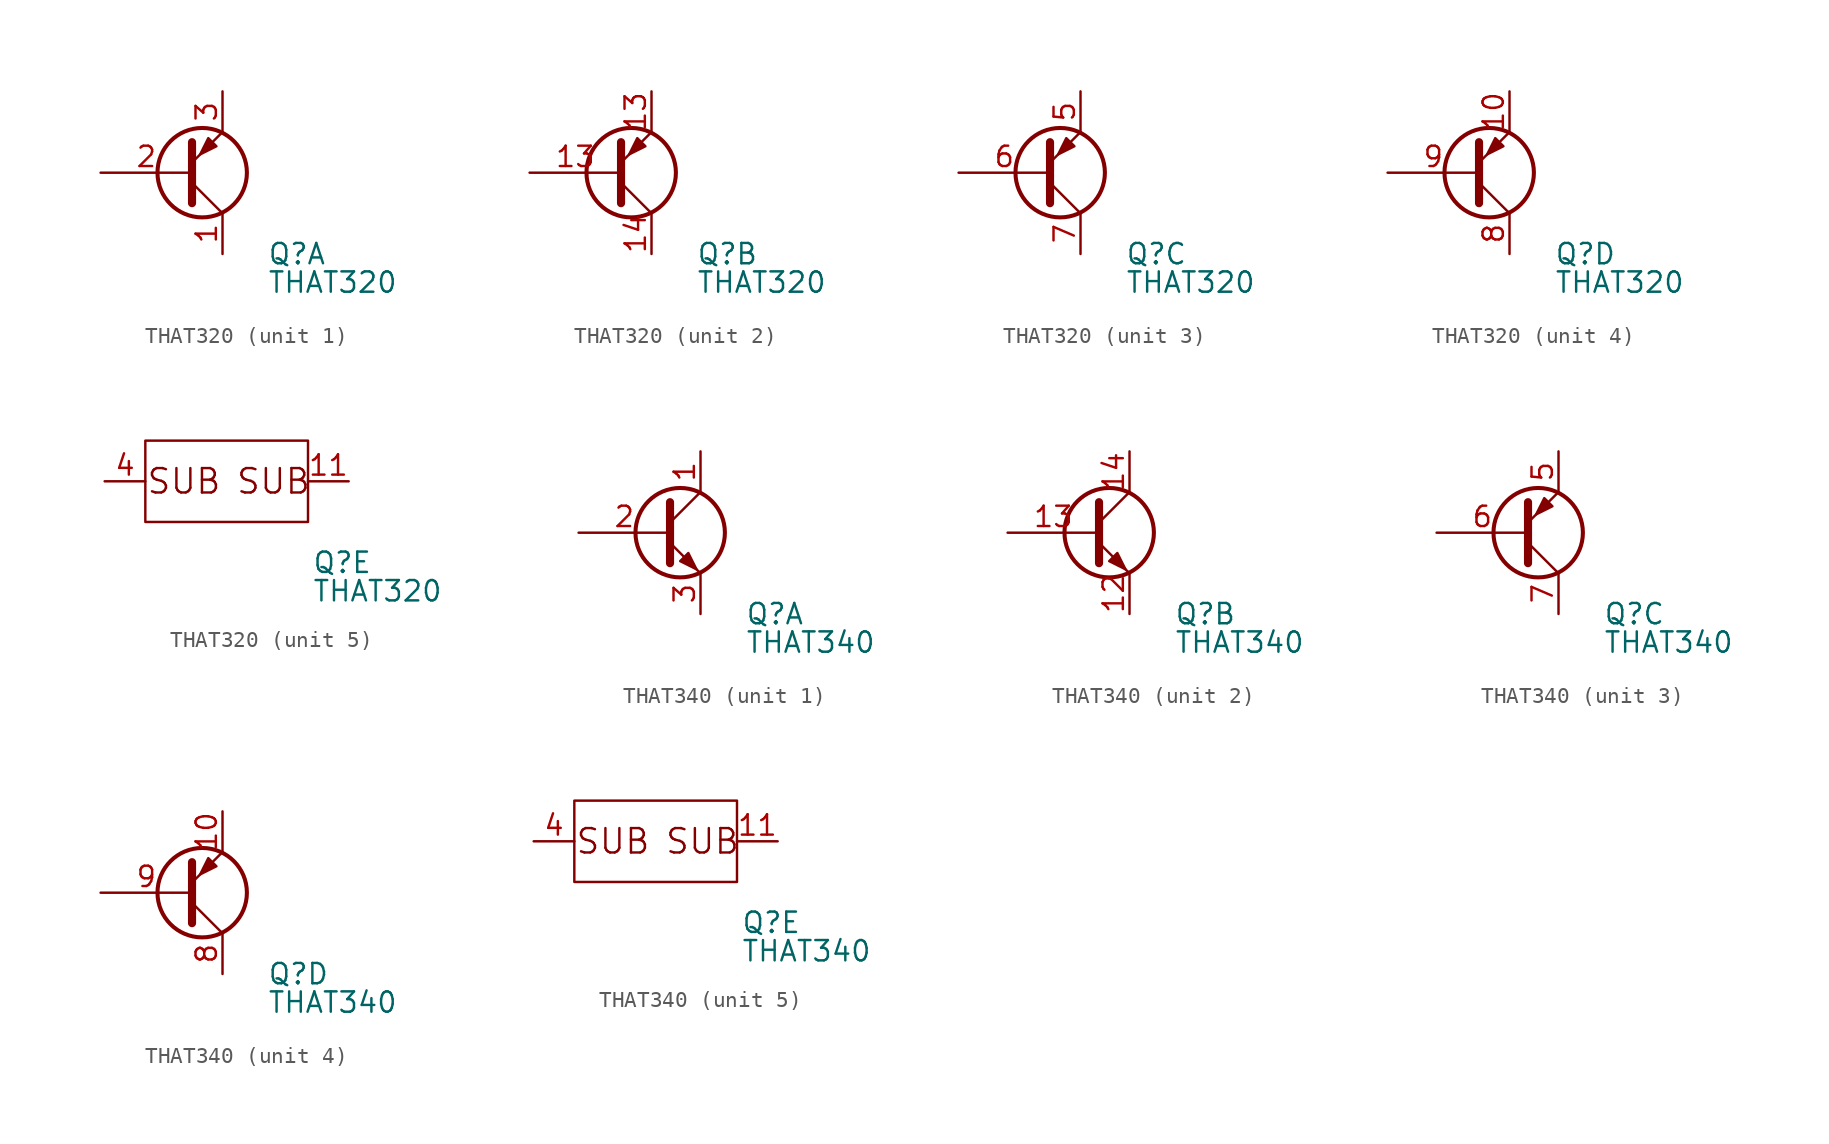
<source format=kicad_sym>
(kicad_symbol_lib
  (version 20220914)
  (generator kicad_symbol_editor)
  (symbol "THAT320"
    (pin_names
      (offset 0) hide)
    (property "Reference" "Q"
      (at 5.334 -5.08 0)
      (effects (font (size 1.27 1.27)) (justify left)))
    (property "Value" "THAT320"
      (at 5.334 -6.858 0)
      (effects (font (size 1.27 1.27)) (justify left)))
    (property "ki_locked" ""
      (at 0 0 0)
      (effects (font (size 1.27 1.27))))
    (symbol "THAT320_1_0"
      (polyline (pts (xy 2.54 -2.54) (xy 0.635 -0.635)) (stroke (width 0) (type default)) (fill (type none))))
    (symbol "THAT320_1_1"
      (polyline (pts (xy 2.54 2.54) (xy 0.635 0.635)) (stroke (width 0) (type default)) (fill (type none)))
      (polyline (pts (xy 0.635 1.905) (xy 0.635 -1.905) (xy 0.635 -1.905)) (stroke (width 0.508) (type default)) (fill (type none)))
      (polyline (pts (xy 2.159 1.651) (xy 1.651 2.159) (xy 1.143 1.143) (xy 2.159 1.651)) (stroke (width 0) (type default)) (fill (type outline)))
      (circle (center 1.27 0) (radius 2.794) (stroke (width 0.254) (type default)) (fill (type none)))
      (pin passive line (at 2.54 -5.08 90) (length 2.54) (name "E" (effects (font (size 1.27 1.27)))) (number "1" (effects (font (size 1.27 1.27)))))
      (pin input line (at -5.08 0 0) (length 5.715) (name "B" (effects (font (size 1.27 1.27)))) (number "2" (effects (font (size 1.27 1.27)))))
      (pin passive line (at 2.54 5.08 270) (length 2.54) (name "C" (effects (font (size 1.27 1.27)))) (number "3" (effects (font (size 1.27 1.27))))))
    (symbol "THAT320_2_0"
      (polyline (pts (xy 2.54 -2.54) (xy 0.635 -0.635)) (stroke (width 0) (type default)) (fill (type none))))
    (symbol "THAT320_2_1"
      (polyline (pts (xy 2.54 2.54) (xy 0.635 0.635)) (stroke (width 0) (type default)) (fill (type none)))
      (polyline (pts (xy 0.635 1.905) (xy 0.635 -1.905) (xy 0.635 -1.905)) (stroke (width 0.508) (type default)) (fill (type none)))
      (polyline (pts (xy 2.159 1.651) (xy 1.651 2.159) (xy 1.143 1.143) (xy 2.159 1.651)) (stroke (width 0) (type default)) (fill (type outline)))
      (circle (center 1.27 0) (radius 2.794) (stroke (width 0.254) (type default)) (fill (type none)))
      (pin input line (at -5.08 0 0) (length 5.715) (name "B" (effects (font (size 1.27 1.27)))) (number "13" (effects (font (size 1.27 1.27)))))
      (pin passive line (at 2.54 5.08 270) (length 2.54) (name "C" (effects (font (size 1.27 1.27)))) (number "13" (effects (font (size 1.27 1.27)))))
      (pin passive line (at 2.54 -5.08 90) (length 2.54) (name "E" (effects (font (size 1.27 1.27)))) (number "14" (effects (font (size 1.27 1.27))))))
    (symbol "THAT320_3_0"
      (polyline (pts (xy 2.54 -2.54) (xy 0.635 -0.635)) (stroke (width 0) (type default)) (fill (type none))))
    (symbol "THAT320_3_1"
      (polyline (pts (xy 2.54 2.54) (xy 0.635 0.635)) (stroke (width 0) (type default)) (fill (type none)))
      (polyline (pts (xy 0.635 1.905) (xy 0.635 -1.905) (xy 0.635 -1.905)) (stroke (width 0.508) (type default)) (fill (type none)))
      (polyline (pts (xy 2.159 1.651) (xy 1.651 2.159) (xy 1.143 1.143) (xy 2.159 1.651)) (stroke (width 0) (type default)) (fill (type outline)))
      (circle (center 1.27 0) (radius 2.794) (stroke (width 0.254) (type default)) (fill (type none)))
      (pin passive line (at 2.54 5.08 270) (length 2.54) (name "C" (effects (font (size 1.27 1.27)))) (number "5" (effects (font (size 1.27 1.27)))))
      (pin input line (at -5.08 0 0) (length 5.715) (name "B" (effects (font (size 1.27 1.27)))) (number "6" (effects (font (size 1.27 1.27)))))
      (pin passive line (at 2.54 -5.08 90) (length 2.54) (name "E" (effects (font (size 1.27 1.27)))) (number "7" (effects (font (size 1.27 1.27))))))
    (symbol "THAT320_4_0"
      (polyline (pts (xy 2.54 -2.54) (xy 0.635 -0.635)) (stroke (width 0) (type default)) (fill (type none))))
    (symbol "THAT320_4_1"
      (polyline (pts (xy 2.54 2.54) (xy 0.635 0.635)) (stroke (width 0) (type default)) (fill (type none)))
      (polyline (pts (xy 0.635 1.905) (xy 0.635 -1.905) (xy 0.635 -1.905)) (stroke (width 0.508) (type default)) (fill (type none)))
      (polyline (pts (xy 2.159 1.651) (xy 1.651 2.159) (xy 1.143 1.143) (xy 2.159 1.651)) (stroke (width 0) (type default)) (fill (type outline)))
      (circle (center 1.27 0) (radius 2.794) (stroke (width 0.254) (type default)) (fill (type none)))
      (pin input line (at 2.54 5.08 270) (length 2.54) (name "~" (effects (font (size 1.27 1.27)))) (number "10" (effects (font (size 1.27 1.27)))))
      (pin passive line (at 2.54 -5.08 90) (length 2.54) (name "E" (effects (font (size 1.27 1.27)))) (number "8" (effects (font (size 1.27 1.27)))))
      (pin input line (at -5.08 0 0) (length 5.715) (name "B" (effects (font (size 1.27 1.27)))) (number "9" (effects (font (size 1.27 1.27))))))
    (symbol "THAT320_5_0"
      (text "SUB" (at -2.667 0 0) (effects (font (size 1.524 1.524))))
      (text "SUB" (at 2.921 0 0) (effects (font (size 1.524 1.524)))))
    (symbol "THAT320_5_1"
      (rectangle (start -5.08 2.54) (end 5.08 -2.54) (stroke (width 0) (type default)) (fill (type none)))
      (pin passive line (at 7.62 0 180) (length 2.54) (name "E" (effects (font (size 1.27 1.27)))) (number "11" (effects (font (size 1.27 1.27)))))
      (pin input line (at -7.62 0 0) (length 2.54) (name "B" (effects (font (size 1.27 1.27)))) (number "4" (effects (font (size 1.27 1.27)))))))
  (symbol "THAT340"
    (pin_names
      (offset 0) hide)
    (property "Reference" "Q"
      (at 5.334 -5.08 0)
      (effects (font (size 1.27 1.27)) (justify left)))
    (property "Value" "THAT340"
      (at 5.334 -6.858 0)
      (effects (font (size 1.27 1.27)) (justify left)))
    (property "ki_locked" ""
      (at 0 0 0)
      (effects (font (size 1.27 1.27))))
    (symbol "THAT340_1_0"
      (polyline (pts (xy 2.54 -2.54) (xy 0.635 -0.635)) (stroke (width 0) (type default)) (fill (type none))))
    (symbol "THAT340_1_1"
      (polyline (pts (xy 2.54 2.54) (xy 0.635 0.635)) (stroke (width 0) (type default)) (fill (type none)))
      (polyline (pts (xy 0.635 1.905) (xy 0.635 -1.905) (xy 0.635 -1.905)) (stroke (width 0.508) (type default)) (fill (type none)))
      (polyline (pts (xy 1.27 -1.778) (xy 1.778 -1.27) (xy 2.286 -2.286) (xy 1.27 -1.778)) (stroke (width 0) (type default)) (fill (type outline)))
      (circle (center 1.27 0) (radius 2.794) (stroke (width 0.254) (type default)) (fill (type none)))
      (pin passive line (at 2.54 5.08 270) (length 2.54) (name "C" (effects (font (size 1.27 1.27)))) (number "1" (effects (font (size 1.27 1.27)))))
      (pin input line (at -5.08 0 0) (length 5.715) (name "B" (effects (font (size 1.27 1.27)))) (number "2" (effects (font (size 1.27 1.27)))))
      (pin passive line (at 2.54 -5.08 90) (length 2.54) (name "E" (effects (font (size 1.27 1.27)))) (number "3" (effects (font (size 1.27 1.27))))))
    (symbol "THAT340_2_0"
      (polyline (pts (xy 2.54 -2.54) (xy 0.635 -0.635)) (stroke (width 0) (type default)) (fill (type none))))
    (symbol "THAT340_2_1"
      (polyline (pts (xy 2.54 2.54) (xy 0.635 0.635)) (stroke (width 0) (type default)) (fill (type none)))
      (polyline (pts (xy 0.635 1.905) (xy 0.635 -1.905) (xy 0.635 -1.905)) (stroke (width 0.508) (type default)) (fill (type none)))
      (polyline (pts (xy 1.27 -1.778) (xy 1.778 -1.27) (xy 2.286 -2.286) (xy 1.27 -1.778)) (stroke (width 0) (type default)) (fill (type outline)))
      (circle (center 1.27 0) (radius 2.794) (stroke (width 0.254) (type default)) (fill (type none)))
      (pin passive line (at 2.54 -5.08 90) (length 2.54) (name "E" (effects (font (size 1.27 1.27)))) (number "12" (effects (font (size 1.27 1.27)))))
      (pin input line (at -5.08 0 0) (length 5.715) (name "B" (effects (font (size 1.27 1.27)))) (number "13" (effects (font (size 1.27 1.27)))))
      (pin passive line (at 2.54 5.08 270) (length 2.54) (name "C" (effects (font (size 1.27 1.27)))) (number "14" (effects (font (size 1.27 1.27))))))
    (symbol "THAT340_3_0"
      (polyline (pts (xy 2.54 -2.54) (xy 0.635 -0.635)) (stroke (width 0) (type default)) (fill (type none))))
    (symbol "THAT340_3_1"
      (polyline (pts (xy 2.54 2.54) (xy 0.635 0.635)) (stroke (width 0) (type default)) (fill (type none)))
      (polyline (pts (xy 0.635 1.905) (xy 0.635 -1.905) (xy 0.635 -1.905)) (stroke (width 0.508) (type default)) (fill (type none)))
      (polyline (pts (xy 2.159 1.651) (xy 1.651 2.159) (xy 1.143 1.143) (xy 2.159 1.651)) (stroke (width 0) (type default)) (fill (type outline)))
      (circle (center 1.27 0) (radius 2.794) (stroke (width 0.254) (type default)) (fill (type none)))
      (pin passive line (at 2.54 5.08 270) (length 2.54) (name "C" (effects (font (size 1.27 1.27)))) (number "5" (effects (font (size 1.27 1.27)))))
      (pin input line (at -5.08 0 0) (length 5.715) (name "B" (effects (font (size 1.27 1.27)))) (number "6" (effects (font (size 1.27 1.27)))))
      (pin passive line (at 2.54 -5.08 90) (length 2.54) (name "E" (effects (font (size 1.27 1.27)))) (number "7" (effects (font (size 1.27 1.27))))))
    (symbol "THAT340_4_0"
      (polyline (pts (xy 2.54 -2.54) (xy 0.635 -0.635)) (stroke (width 0) (type default)) (fill (type none))))
    (symbol "THAT340_4_1"
      (polyline (pts (xy 2.54 2.54) (xy 0.635 0.635)) (stroke (width 0) (type default)) (fill (type none)))
      (polyline (pts (xy 0.635 1.905) (xy 0.635 -1.905) (xy 0.635 -1.905)) (stroke (width 0.508) (type default)) (fill (type none)))
      (polyline (pts (xy 2.159 1.651) (xy 1.651 2.159) (xy 1.143 1.143) (xy 2.159 1.651)) (stroke (width 0) (type default)) (fill (type outline)))
      (circle (center 1.27 0) (radius 2.794) (stroke (width 0.254) (type default)) (fill (type none)))
      (pin input line (at 2.54 5.08 270) (length 2.54) (name "~" (effects (font (size 1.27 1.27)))) (number "10" (effects (font (size 1.27 1.27)))))
      (pin passive line (at 2.54 -5.08 90) (length 2.54) (name "E" (effects (font (size 1.27 1.27)))) (number "8" (effects (font (size 1.27 1.27)))))
      (pin input line (at -5.08 0 0) (length 5.715) (name "B" (effects (font (size 1.27 1.27)))) (number "9" (effects (font (size 1.27 1.27))))))
    (symbol "THAT340_5_0"
      (text "SUB" (at -2.667 0 0) (effects (font (size 1.524 1.524))))
      (text "SUB" (at 2.921 0 0) (effects (font (size 1.524 1.524)))))
    (symbol "THAT340_5_1"
      (rectangle (start -5.08 2.54) (end 5.08 -2.54) (stroke (width 0) (type default)) (fill (type none)))
      (pin passive line (at 7.62 0 180) (length 2.54) (name "E" (effects (font (size 1.27 1.27)))) (number "11" (effects (font (size 1.27 1.27)))))
      (pin input line (at -7.62 0 0) (length 2.54) (name "B" (effects (font (size 1.27 1.27)))) (number "4" (effects (font (size 1.27 1.27))))))))
</source>
